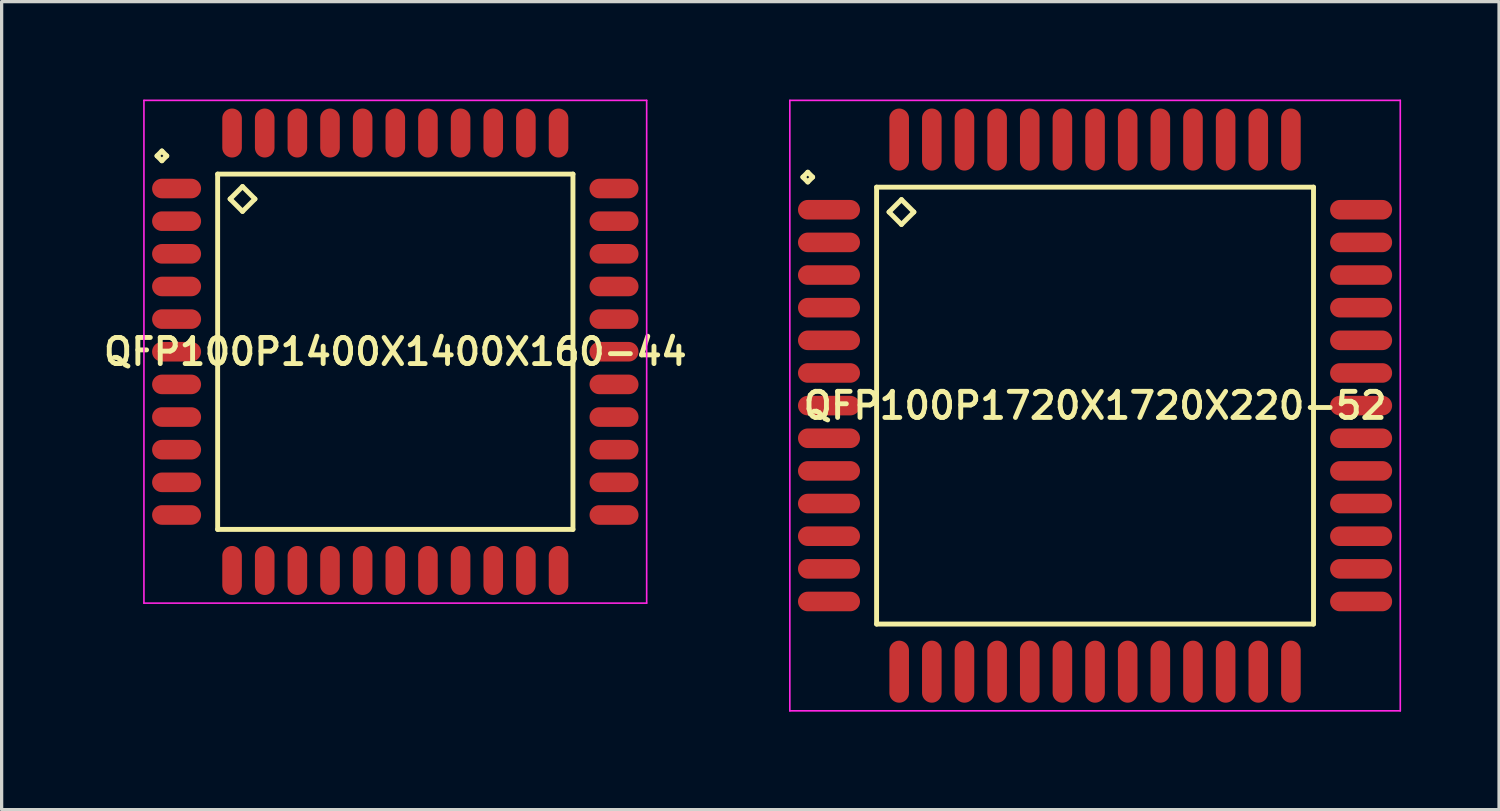
<source format=kicad_pcb>
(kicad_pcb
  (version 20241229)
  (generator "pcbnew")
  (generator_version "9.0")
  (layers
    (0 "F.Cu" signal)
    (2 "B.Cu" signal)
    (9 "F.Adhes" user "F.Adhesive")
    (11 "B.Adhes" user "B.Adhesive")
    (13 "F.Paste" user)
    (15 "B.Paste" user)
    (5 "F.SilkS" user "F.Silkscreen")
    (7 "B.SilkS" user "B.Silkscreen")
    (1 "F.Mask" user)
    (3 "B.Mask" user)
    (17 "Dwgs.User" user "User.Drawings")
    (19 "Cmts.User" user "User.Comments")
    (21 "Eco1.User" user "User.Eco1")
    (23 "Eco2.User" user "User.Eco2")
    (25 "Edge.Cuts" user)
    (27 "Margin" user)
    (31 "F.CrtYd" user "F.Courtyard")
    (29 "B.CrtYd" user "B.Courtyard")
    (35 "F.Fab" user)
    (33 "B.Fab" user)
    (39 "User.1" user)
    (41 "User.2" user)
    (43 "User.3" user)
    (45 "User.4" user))
  (footprint "QFP100P1400X1400X160-44"
    (layer "F.Cu")
    (at 9.059 7.725)
    (property "Reference" "QFP100P1400X1400X160-44" (at 0 0 0) (layer "F.SilkS") (effects (font (size 0.8 0.8) (thickness 0.15))))
    (attr smd)
    (fp_line (start -7.3 -6) (end -7.15 -6.15) (stroke (width 0.15) (type solid)) (layer "F.SilkS"))
    (fp_line (start -7.15 -6.15) (end -7 -6) (stroke (width 0.15) (type solid)) (layer "F.SilkS"))
    (fp_line (start -7.15 -5.85) (end -7.3 -6) (stroke (width 0.15) (type solid)) (layer "F.SilkS"))
    (fp_line (start -7 -6) (end -7.15 -5.85) (stroke (width 0.15) (type solid)) (layer "F.SilkS"))
    (fp_line (start -5.442 -5.442) (end -5.442 5.442) (stroke (width 0.15) (type solid)) (layer "F.SilkS"))
    (fp_line (start -5.442 5.442) (end 5.442 5.442) (stroke (width 0.15) (type solid)) (layer "F.SilkS"))
    (fp_line (start -5.061 -4.68) (end -4.68 -5.061) (stroke (width 0.15) (type solid)) (layer "F.SilkS"))
    (fp_line (start -4.68 -5.061) (end -4.299 -4.68) (stroke (width 0.15) (type solid)) (layer "F.SilkS"))
    (fp_line (start -4.68 -4.299) (end -5.061 -4.68) (stroke (width 0.15) (type solid)) (layer "F.SilkS"))
    (fp_line (start -4.299 -4.68) (end -4.68 -4.299) (stroke (width 0.15) (type solid)) (layer "F.SilkS"))
    (fp_line (start 5.442 -5.442) (end -5.442 -5.442) (stroke (width 0.15) (type solid)) (layer "F.SilkS"))
    (fp_line (start 5.442 5.442) (end 5.442 -5.442) (stroke (width 0.15) (type solid)) (layer "F.SilkS"))
    (fp_line (start -7.7 -7.7) (end 7.7 -7.7) (stroke (width 0.05) (type solid)) (layer "F.CrtYd"))
    (fp_line (start -7.7 7.7) (end -7.7 -7.7) (stroke (width 0.05) (type solid)) (layer "F.CrtYd"))
    (fp_line (start 7.7 -7.7) (end 7.7 7.7) (stroke (width 0.05) (type solid)) (layer "F.CrtYd"))
    (fp_line (start 7.7 7.7) (end -7.7 7.7) (stroke (width 0.05) (type solid)) (layer "F.CrtYd"))
    (pad "1" smd oval (at -6.7 -5) (size 1.5 0.6) (layers "F.Cu" "F.Mask" "F.Paste"))
    (pad "2" smd oval (at -6.7 -4) (size 1.5 0.6) (layers "F.Cu" "F.Mask" "F.Paste"))
    (pad "3" smd oval (at -6.7 -3) (size 1.5 0.6) (layers "F.Cu" "F.Mask" "F.Paste"))
    (pad "4" smd oval (at -6.7 -2) (size 1.5 0.6) (layers "F.Cu" "F.Mask" "F.Paste"))
    (pad "5" smd oval (at -6.7 -1) (size 1.5 0.6) (layers "F.Cu" "F.Mask" "F.Paste"))
    (pad "6" smd oval (at -6.7 0) (size 1.5 0.6) (layers "F.Cu" "F.Mask" "F.Paste"))
    (pad "7" smd oval (at -6.7 1) (size 1.5 0.6) (layers "F.Cu" "F.Mask" "F.Paste"))
    (pad "8" smd oval (at -6.7 2) (size 1.5 0.6) (layers "F.Cu" "F.Mask" "F.Paste"))
    (pad "9" smd oval (at -6.7 3) (size 1.5 0.6) (layers "F.Cu" "F.Mask" "F.Paste"))
    (pad "10" smd oval (at -6.7 4) (size 1.5 0.6) (layers "F.Cu" "F.Mask" "F.Paste"))
    (pad "11" smd oval (at -6.7 5) (size 1.5 0.6) (layers "F.Cu" "F.Mask" "F.Paste"))
    (pad "12" smd oval (at -5 6.7) (size 0.6 1.5) (layers "F.Cu" "F.Mask" "F.Paste"))
    (pad "13" smd oval (at -4 6.7) (size 0.6 1.5) (layers "F.Cu" "F.Mask" "F.Paste"))
    (pad "14" smd oval (at -3 6.7) (size 0.6 1.5) (layers "F.Cu" "F.Mask" "F.Paste"))
    (pad "15" smd oval (at -2 6.7) (size 0.6 1.5) (layers "F.Cu" "F.Mask" "F.Paste"))
    (pad "16" smd oval (at -1 6.7) (size 0.6 1.5) (layers "F.Cu" "F.Mask" "F.Paste"))
    (pad "17" smd oval (at 0 6.7) (size 0.6 1.5) (layers "F.Cu" "F.Mask" "F.Paste"))
    (pad "18" smd oval (at 1 6.7) (size 0.6 1.5) (layers "F.Cu" "F.Mask" "F.Paste"))
    (pad "19" smd oval (at 2 6.7) (size 0.6 1.5) (layers "F.Cu" "F.Mask" "F.Paste"))
    (pad "20" smd oval (at 3 6.7) (size 0.6 1.5) (layers "F.Cu" "F.Mask" "F.Paste"))
    (pad "21" smd oval (at 4 6.7) (size 0.6 1.5) (layers "F.Cu" "F.Mask" "F.Paste"))
    (pad "22" smd oval (at 5 6.7) (size 0.6 1.5) (layers "F.Cu" "F.Mask" "F.Paste"))
    (pad "23" smd oval (at 6.7 5) (size 1.5 0.6) (layers "F.Cu" "F.Mask" "F.Paste"))
    (pad "24" smd oval (at 6.7 4) (size 1.5 0.6) (layers "F.Cu" "F.Mask" "F.Paste"))
    (pad "25" smd oval (at 6.7 3) (size 1.5 0.6) (layers "F.Cu" "F.Mask" "F.Paste"))
    (pad "26" smd oval (at 6.7 2) (size 1.5 0.6) (layers "F.Cu" "F.Mask" "F.Paste"))
    (pad "27" smd oval (at 6.7 1) (size 1.5 0.6) (layers "F.Cu" "F.Mask" "F.Paste"))
    (pad "28" smd oval (at 6.7 0) (size 1.5 0.6) (layers "F.Cu" "F.Mask" "F.Paste"))
    (pad "29" smd oval (at 6.7 -1) (size 1.5 0.6) (layers "F.Cu" "F.Mask" "F.Paste"))
    (pad "30" smd oval (at 6.7 -2) (size 1.5 0.6) (layers "F.Cu" "F.Mask" "F.Paste"))
    (pad "31" smd oval (at 6.7 -3) (size 1.5 0.6) (layers "F.Cu" "F.Mask" "F.Paste"))
    (pad "32" smd oval (at 6.7 -4) (size 1.5 0.6) (layers "F.Cu" "F.Mask" "F.Paste"))
    (pad "33" smd oval (at 6.7 -5) (size 1.5 0.6) (layers "F.Cu" "F.Mask" "F.Paste"))
    (pad "34" smd oval (at 5 -6.7) (size 0.6 1.5) (layers "F.Cu" "F.Mask" "F.Paste"))
    (pad "35" smd oval (at 4 -6.7) (size 0.6 1.5) (layers "F.Cu" "F.Mask" "F.Paste"))
    (pad "36" smd oval (at 3 -6.7) (size 0.6 1.5) (layers "F.Cu" "F.Mask" "F.Paste"))
    (pad "37" smd oval (at 2 -6.7) (size 0.6 1.5) (layers "F.Cu" "F.Mask" "F.Paste"))
    (pad "38" smd oval (at 1 -6.7) (size 0.6 1.5) (layers "F.Cu" "F.Mask" "F.Paste"))
    (pad "39" smd oval (at 0 -6.7) (size 0.6 1.5) (layers "F.Cu" "F.Mask" "F.Paste"))
    (pad "40" smd oval (at -1 -6.7) (size 0.6 1.5) (layers "F.Cu" "F.Mask" "F.Paste"))
    (pad "41" smd oval (at -2 -6.7) (size 0.6 1.5) (layers "F.Cu" "F.Mask" "F.Paste"))
    (pad "42" smd oval (at -3 -6.7) (size 0.6 1.5) (layers "F.Cu" "F.Mask" "F.Paste"))
    (pad "43" smd oval (at -4 -6.7) (size 0.6 1.5) (layers "F.Cu" "F.Mask" "F.Paste"))
    (pad "44" smd oval (at -5 -6.7) (size 0.6 1.5) (layers "F.Cu" "F.Mask" "F.Paste")))
  (footprint "QFP100P1720X1720X220-52"
    (layer "F.Cu")
    (at 30.494 9.375)
    (property "Reference" "QFP100P1720X1720X220-52" (at 0 0 0) (layer "F.SilkS") (effects (font (size 0.8 0.8) (thickness 0.15))))
    (attr smd)
    (fp_line (start -8.95 -7) (end -8.8 -7.15) (stroke (width 0.15) (type solid)) (layer "F.SilkS"))
    (fp_line (start -8.8 -7.15) (end -8.65 -7) (stroke (width 0.15) (type solid)) (layer "F.SilkS"))
    (fp_line (start -8.8 -6.85) (end -8.95 -7) (stroke (width 0.15) (type solid)) (layer "F.SilkS"))
    (fp_line (start -8.65 -7) (end -8.8 -6.85) (stroke (width 0.15) (type solid)) (layer "F.SilkS"))
    (fp_line (start -6.692 -6.692) (end -6.692 6.692) (stroke (width 0.15) (type solid)) (layer "F.SilkS"))
    (fp_line (start -6.692 6.692) (end 6.692 6.692) (stroke (width 0.15) (type solid)) (layer "F.SilkS"))
    (fp_line (start -6.311 -5.93) (end -5.93 -6.311) (stroke (width 0.15) (type solid)) (layer "F.SilkS"))
    (fp_line (start -5.93 -6.311) (end -5.549 -5.93) (stroke (width 0.15) (type solid)) (layer "F.SilkS"))
    (fp_line (start -5.93 -5.549) (end -6.311 -5.93) (stroke (width 0.15) (type solid)) (layer "F.SilkS"))
    (fp_line (start -5.549 -5.93) (end -5.93 -5.549) (stroke (width 0.15) (type solid)) (layer "F.SilkS"))
    (fp_line (start 6.692 -6.692) (end -6.692 -6.692) (stroke (width 0.15) (type solid)) (layer "F.SilkS"))
    (fp_line (start 6.692 6.692) (end 6.692 -6.692) (stroke (width 0.15) (type solid)) (layer "F.SilkS"))
    (fp_line (start -9.35 -9.35) (end 9.35 -9.35) (stroke (width 0.05) (type solid)) (layer "F.CrtYd"))
    (fp_line (start -9.35 9.35) (end -9.35 -9.35) (stroke (width 0.05) (type solid)) (layer "F.CrtYd"))
    (fp_line (start 9.35 -9.35) (end 9.35 9.35) (stroke (width 0.05) (type solid)) (layer "F.CrtYd"))
    (fp_line (start 9.35 9.35) (end -9.35 9.35) (stroke (width 0.05) (type solid)) (layer "F.CrtYd"))
    (pad "1" smd oval (at -8.15 -6) (size 1.9 0.6) (layers "F.Cu" "F.Mask" "F.Paste"))
    (pad "2" smd oval (at -8.15 -5) (size 1.9 0.6) (layers "F.Cu" "F.Mask" "F.Paste"))
    (pad "3" smd oval (at -8.15 -4) (size 1.9 0.6) (layers "F.Cu" "F.Mask" "F.Paste"))
    (pad "4" smd oval (at -8.15 -3) (size 1.9 0.6) (layers "F.Cu" "F.Mask" "F.Paste"))
    (pad "5" smd oval (at -8.15 -2) (size 1.9 0.6) (layers "F.Cu" "F.Mask" "F.Paste"))
    (pad "6" smd oval (at -8.15 -1) (size 1.9 0.6) (layers "F.Cu" "F.Mask" "F.Paste"))
    (pad "7" smd oval (at -8.15 0) (size 1.9 0.6) (layers "F.Cu" "F.Mask" "F.Paste"))
    (pad "8" smd oval (at -8.15 1) (size 1.9 0.6) (layers "F.Cu" "F.Mask" "F.Paste"))
    (pad "9" smd oval (at -8.15 2) (size 1.9 0.6) (layers "F.Cu" "F.Mask" "F.Paste"))
    (pad "10" smd oval (at -8.15 3) (size 1.9 0.6) (layers "F.Cu" "F.Mask" "F.Paste"))
    (pad "11" smd oval (at -8.15 4) (size 1.9 0.6) (layers "F.Cu" "F.Mask" "F.Paste"))
    (pad "12" smd oval (at -8.15 5) (size 1.9 0.6) (layers "F.Cu" "F.Mask" "F.Paste"))
    (pad "13" smd oval (at -8.15 6) (size 1.9 0.6) (layers "F.Cu" "F.Mask" "F.Paste"))
    (pad "14" smd oval (at -6 8.15) (size 0.6 1.9) (layers "F.Cu" "F.Mask" "F.Paste"))
    (pad "15" smd oval (at -5 8.15) (size 0.6 1.9) (layers "F.Cu" "F.Mask" "F.Paste"))
    (pad "16" smd oval (at -4 8.15) (size 0.6 1.9) (layers "F.Cu" "F.Mask" "F.Paste"))
    (pad "17" smd oval (at -3 8.15) (size 0.6 1.9) (layers "F.Cu" "F.Mask" "F.Paste"))
    (pad "18" smd oval (at -2 8.15) (size 0.6 1.9) (layers "F.Cu" "F.Mask" "F.Paste"))
    (pad "19" smd oval (at -1 8.15) (size 0.6 1.9) (layers "F.Cu" "F.Mask" "F.Paste"))
    (pad "20" smd oval (at 0 8.15) (size 0.6 1.9) (layers "F.Cu" "F.Mask" "F.Paste"))
    (pad "21" smd oval (at 1 8.15) (size 0.6 1.9) (layers "F.Cu" "F.Mask" "F.Paste"))
    (pad "22" smd oval (at 2 8.15) (size 0.6 1.9) (layers "F.Cu" "F.Mask" "F.Paste"))
    (pad "23" smd oval (at 3 8.15) (size 0.6 1.9) (layers "F.Cu" "F.Mask" "F.Paste"))
    (pad "24" smd oval (at 4 8.15) (size 0.6 1.9) (layers "F.Cu" "F.Mask" "F.Paste"))
    (pad "25" smd oval (at 5 8.15) (size 0.6 1.9) (layers "F.Cu" "F.Mask" "F.Paste"))
    (pad "26" smd oval (at 6 8.15) (size 0.6 1.9) (layers "F.Cu" "F.Mask" "F.Paste"))
    (pad "27" smd oval (at 8.15 6) (size 1.9 0.6) (layers "F.Cu" "F.Mask" "F.Paste"))
    (pad "28" smd oval (at 8.15 5) (size 1.9 0.6) (layers "F.Cu" "F.Mask" "F.Paste"))
    (pad "29" smd oval (at 8.15 4) (size 1.9 0.6) (layers "F.Cu" "F.Mask" "F.Paste"))
    (pad "30" smd oval (at 8.15 3) (size 1.9 0.6) (layers "F.Cu" "F.Mask" "F.Paste"))
    (pad "31" smd oval (at 8.15 2) (size 1.9 0.6) (layers "F.Cu" "F.Mask" "F.Paste"))
    (pad "32" smd oval (at 8.15 1) (size 1.9 0.6) (layers "F.Cu" "F.Mask" "F.Paste"))
    (pad "33" smd oval (at 8.15 0) (size 1.9 0.6) (layers "F.Cu" "F.Mask" "F.Paste"))
    (pad "34" smd oval (at 8.15 -1) (size 1.9 0.6) (layers "F.Cu" "F.Mask" "F.Paste"))
    (pad "35" smd oval (at 8.15 -2) (size 1.9 0.6) (layers "F.Cu" "F.Mask" "F.Paste"))
    (pad "36" smd oval (at 8.15 -3) (size 1.9 0.6) (layers "F.Cu" "F.Mask" "F.Paste"))
    (pad "37" smd oval (at 8.15 -4) (size 1.9 0.6) (layers "F.Cu" "F.Mask" "F.Paste"))
    (pad "38" smd oval (at 8.15 -5) (size 1.9 0.6) (layers "F.Cu" "F.Mask" "F.Paste"))
    (pad "39" smd oval (at 8.15 -6) (size 1.9 0.6) (layers "F.Cu" "F.Mask" "F.Paste"))
    (pad "40" smd oval (at 6 -8.15) (size 0.6 1.9) (layers "F.Cu" "F.Mask" "F.Paste"))
    (pad "41" smd oval (at 5 -8.15) (size 0.6 1.9) (layers "F.Cu" "F.Mask" "F.Paste"))
    (pad "42" smd oval (at 4 -8.15) (size 0.6 1.9) (layers "F.Cu" "F.Mask" "F.Paste"))
    (pad "43" smd oval (at 3 -8.15) (size 0.6 1.9) (layers "F.Cu" "F.Mask" "F.Paste"))
    (pad "44" smd oval (at 2 -8.15) (size 0.6 1.9) (layers "F.Cu" "F.Mask" "F.Paste"))
    (pad "45" smd oval (at 1 -8.15) (size 0.6 1.9) (layers "F.Cu" "F.Mask" "F.Paste"))
    (pad "46" smd oval (at 0 -8.15) (size 0.6 1.9) (layers "F.Cu" "F.Mask" "F.Paste"))
    (pad "47" smd oval (at -1 -8.15) (size 0.6 1.9) (layers "F.Cu" "F.Mask" "F.Paste"))
    (pad "48" smd oval (at -2 -8.15) (size 0.6 1.9) (layers "F.Cu" "F.Mask" "F.Paste"))
    (pad "49" smd oval (at -3 -8.15) (size 0.6 1.9) (layers "F.Cu" "F.Mask" "F.Paste"))
    (pad "50" smd oval (at -4 -8.15) (size 0.6 1.9) (layers "F.Cu" "F.Mask" "F.Paste"))
    (pad "51" smd oval (at -5 -8.15) (size 0.6 1.9) (layers "F.Cu" "F.Mask" "F.Paste"))
    (pad "52" smd oval (at -6 -8.15) (size 0.6 1.9) (layers "F.Cu" "F.Mask" "F.Paste")))
  (gr_rect
    (start -3 -3)
    (end 42.869 21.75)
    (stroke (width 0.1) (type default))
    (fill no)
    (layer "Edge.Cuts")))
</source>
